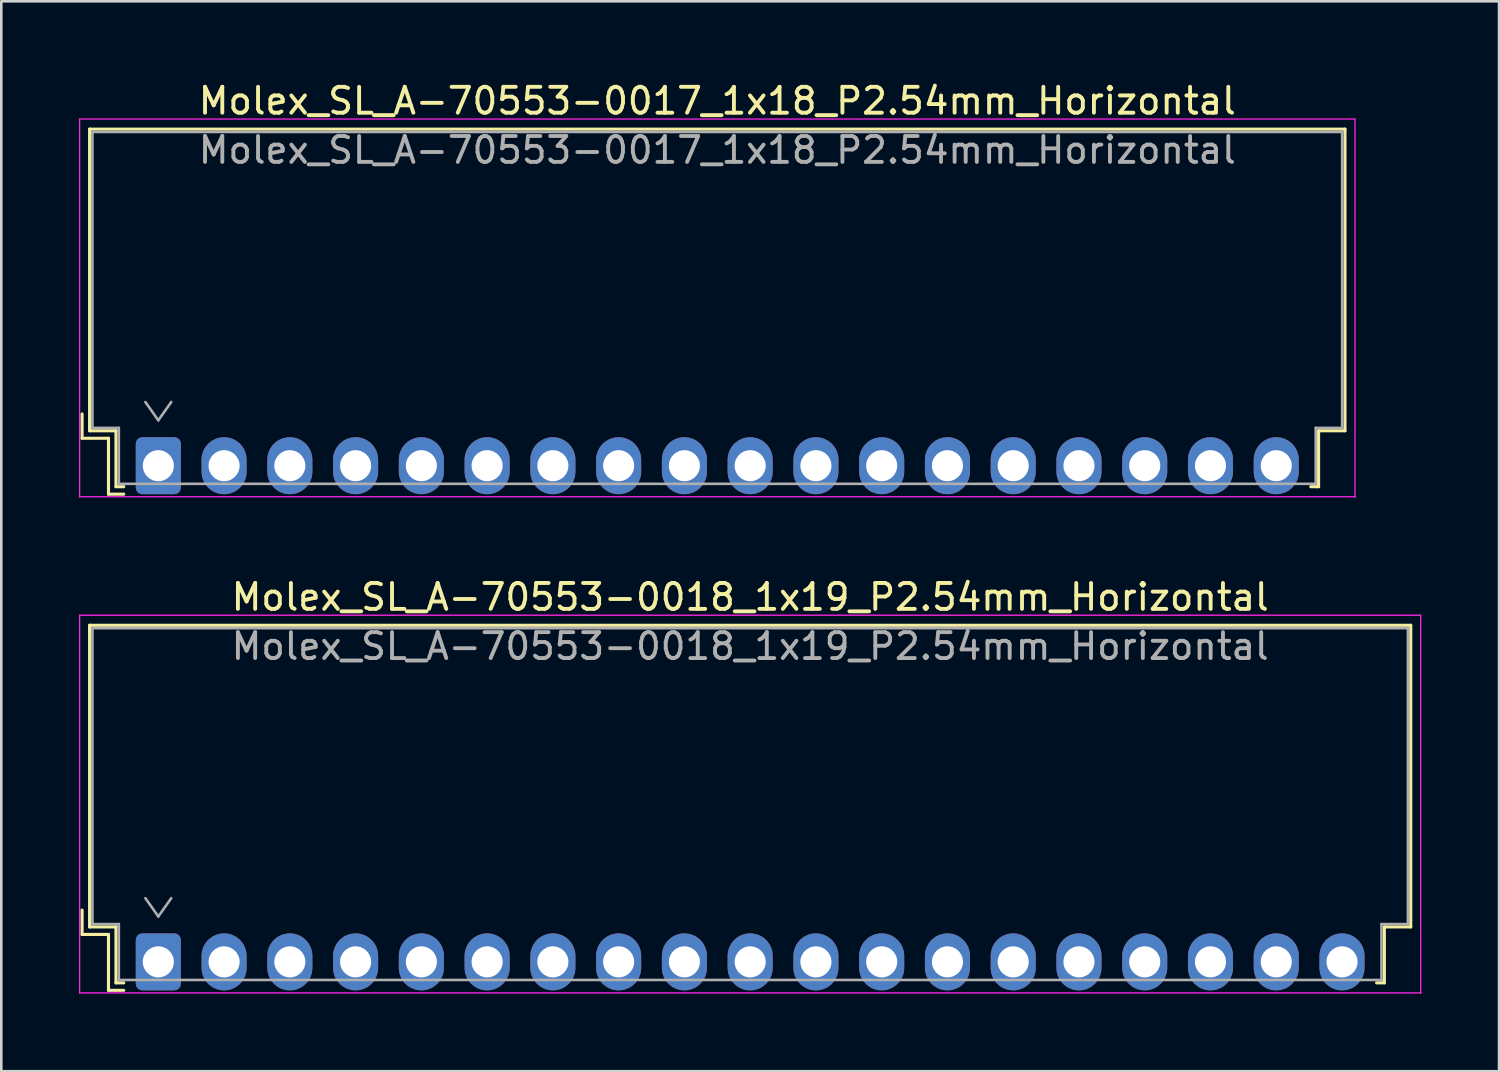
<source format=kicad_pcb>
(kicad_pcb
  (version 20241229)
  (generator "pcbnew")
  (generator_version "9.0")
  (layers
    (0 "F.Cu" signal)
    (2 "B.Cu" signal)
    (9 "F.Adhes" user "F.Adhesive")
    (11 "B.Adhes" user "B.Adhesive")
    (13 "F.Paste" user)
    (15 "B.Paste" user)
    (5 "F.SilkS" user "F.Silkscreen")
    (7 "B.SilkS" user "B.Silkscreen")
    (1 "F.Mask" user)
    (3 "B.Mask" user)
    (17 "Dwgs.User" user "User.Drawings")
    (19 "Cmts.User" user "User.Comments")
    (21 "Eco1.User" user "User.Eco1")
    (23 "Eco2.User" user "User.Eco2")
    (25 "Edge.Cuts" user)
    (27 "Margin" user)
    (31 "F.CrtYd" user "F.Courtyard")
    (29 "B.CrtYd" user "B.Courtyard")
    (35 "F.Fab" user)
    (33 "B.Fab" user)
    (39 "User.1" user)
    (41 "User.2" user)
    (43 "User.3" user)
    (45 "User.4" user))
  (footprint "Molex_SL_A-70553-0018_1x19_P2.54mm_Horizontal"
    (layer "F.Cu")
    (at 3.065 34.102)
    (property "Reference" "Molex_SL_A-70553-0018_1x19_P2.54mm_Horizontal" (at 22.86 -14.09 0) (layer "F.SilkS") (effects (font (size 1 1) (thickness 0.15))))
    (attr through_hole)
    (fp_line (start -2.945 -2) (end -2.945 -1.06) (stroke (width 0.12) (type solid)) (layer "F.SilkS"))
    (fp_line (start -2.945 -1.06) (end -1.925 -1.06) (stroke (width 0.12) (type solid)) (layer "F.SilkS"))
    (fp_line (start -2.655 -13) (end 48.375 -13) (stroke (width 0.12) (type solid)) (layer "F.SilkS"))
    (fp_line (start -2.655 -1.35) (end -2.655 -13) (stroke (width 0.12) (type solid)) (layer "F.SilkS"))
    (fp_line (start -2.655 -1.35) (end -1.635 -1.35) (stroke (width 0.12) (type solid)) (layer "F.SilkS"))
    (fp_line (start -1.925 -1.06) (end -1.925 1.1) (stroke (width 0.12) (type solid)) (layer "F.SilkS"))
    (fp_line (start -1.925 1.1) (end -1.335 1.1) (stroke (width 0.12) (type solid)) (layer "F.SilkS"))
    (fp_line (start -1.635 -1.35) (end -1.635 0.81) (stroke (width 0.12) (type solid)) (layer "F.SilkS"))
    (fp_line (start -1.635 0.81) (end -1.335 0.81) (stroke (width 0.12) (type solid)) (layer "F.SilkS"))
    (fp_line (start 47.355 -1.35) (end 47.355 0.81) (stroke (width 0.12) (type solid)) (layer "F.SilkS"))
    (fp_line (start 47.355 0.81) (end 47.055 0.81) (stroke (width 0.12) (type solid)) (layer "F.SilkS"))
    (fp_line (start 48.375 -13) (end 48.375 -1.35) (stroke (width 0.12) (type solid)) (layer "F.SilkS"))
    (fp_line (start 48.375 -1.35) (end 47.355 -1.35) (stroke (width 0.12) (type solid)) (layer "F.SilkS"))
    (fp_line (start -3.04 -13.39) (end -3.04 1.2) (stroke (width 0.05) (type solid)) (layer "F.CrtYd"))
    (fp_line (start -3.04 1.2) (end -3.04 1.2) (stroke (width 0.05) (type solid)) (layer "F.CrtYd"))
    (fp_line (start -3.04 1.2) (end -3.04 1.2) (stroke (width 0.05) (type solid)) (layer "F.CrtYd"))
    (fp_line (start -3.04 1.2) (end 48.76 1.2) (stroke (width 0.05) (type solid)) (layer "F.CrtYd"))
    (fp_line (start 48.76 -13.39) (end -3.04 -13.39) (stroke (width 0.05) (type solid)) (layer "F.CrtYd"))
    (fp_line (start 48.76 1.2) (end 48.76 -13.39) (stroke (width 0.05) (type solid)) (layer "F.CrtYd"))
    (fp_line (start 48.76 1.2) (end 48.76 1.2) (stroke (width 0.05) (type solid)) (layer "F.CrtYd"))
    (fp_line (start 48.76 1.2) (end 48.76 1.2) (stroke (width 0.05) (type solid)) (layer "F.CrtYd"))
    (fp_line (start -2.545 -12.89) (end -2.545 -1.46) (stroke (width 0.1) (type solid)) (layer "F.Fab"))
    (fp_line (start -2.545 -1.46) (end -1.525 -1.46) (stroke (width 0.1) (type solid)) (layer "F.Fab"))
    (fp_line (start -1.525 -1.46) (end -1.525 0.7) (stroke (width 0.1) (type solid)) (layer "F.Fab"))
    (fp_line (start -1.525 0.7) (end 47.245 0.7) (stroke (width 0.1) (type solid)) (layer "F.Fab"))
    (fp_line (start -0.5 -2.46) (end 0 -1.753) (stroke (width 0.1) (type solid)) (layer "F.Fab"))
    (fp_line (start 0 -1.753) (end 0.5 -2.46) (stroke (width 0.1) (type solid)) (layer "F.Fab"))
    (fp_line (start 47.245 -1.46) (end 48.265 -1.46) (stroke (width 0.1) (type solid)) (layer "F.Fab"))
    (fp_line (start 47.245 0.7) (end 47.245 -1.46) (stroke (width 0.1) (type solid)) (layer "F.Fab"))
    (fp_line (start 48.265 -12.89) (end -2.545 -12.89) (stroke (width 0.1) (type solid)) (layer "F.Fab"))
    (fp_line (start 48.265 -1.46) (end 48.265 -12.89) (stroke (width 0.1) (type solid)) (layer "F.Fab"))
    (fp_text user "${REFERENCE}" (at 22.86 -12.19 0) (layer "F.Fab") (effects (font (size 1 1) (thickness 0.15))))
    (pad "1" thru_hole roundrect (at 0 0) (size 1.74 2.2) (drill 1.2) (layers "*.Cu" "*.Mask") (roundrect_rratio 0.144))
    (pad "2" thru_hole oval (at 2.54 0) (size 1.74 2.2) (drill 1.2) (layers "*.Cu" "*.Mask"))
    (pad "3" thru_hole oval (at 5.08 0) (size 1.74 2.2) (drill 1.2) (layers "*.Cu" "*.Mask"))
    (pad "4" thru_hole oval (at 7.62 0) (size 1.74 2.2) (drill 1.2) (layers "*.Cu" "*.Mask"))
    (pad "5" thru_hole oval (at 10.16 0) (size 1.74 2.2) (drill 1.2) (layers "*.Cu" "*.Mask"))
    (pad "6" thru_hole oval (at 12.7 0) (size 1.74 2.2) (drill 1.2) (layers "*.Cu" "*.Mask"))
    (pad "7" thru_hole oval (at 15.24 0) (size 1.74 2.2) (drill 1.2) (layers "*.Cu" "*.Mask"))
    (pad "8" thru_hole oval (at 17.78 0) (size 1.74 2.2) (drill 1.2) (layers "*.Cu" "*.Mask"))
    (pad "9" thru_hole oval (at 20.32 0) (size 1.74 2.2) (drill 1.2) (layers "*.Cu" "*.Mask"))
    (pad "10" thru_hole oval (at 22.86 0) (size 1.74 2.2) (drill 1.2) (layers "*.Cu" "*.Mask"))
    (pad "11" thru_hole oval (at 25.4 0) (size 1.74 2.2) (drill 1.2) (layers "*.Cu" "*.Mask"))
    (pad "12" thru_hole oval (at 27.94 0) (size 1.74 2.2) (drill 1.2) (layers "*.Cu" "*.Mask"))
    (pad "13" thru_hole oval (at 30.48 0) (size 1.74 2.2) (drill 1.2) (layers "*.Cu" "*.Mask"))
    (pad "14" thru_hole oval (at 33.02 0) (size 1.74 2.2) (drill 1.2) (layers "*.Cu" "*.Mask"))
    (pad "15" thru_hole oval (at 35.56 0) (size 1.74 2.2) (drill 1.2) (layers "*.Cu" "*.Mask"))
    (pad "16" thru_hole oval (at 38.1 0) (size 1.74 2.2) (drill 1.2) (layers "*.Cu" "*.Mask"))
    (pad "17" thru_hole oval (at 40.64 0) (size 1.74 2.2) (drill 1.2) (layers "*.Cu" "*.Mask"))
    (pad "18" thru_hole oval (at 43.18 0) (size 1.74 2.2) (drill 1.2) (layers "*.Cu" "*.Mask"))
    (pad "19" thru_hole oval (at 45.72 0) (size 1.74 2.2) (drill 1.2) (layers "*.Cu" "*.Mask")))
  (footprint "Molex_SL_A-70553-0017_1x18_P2.54mm_Horizontal"
    (layer "F.Cu")
    (at 3.065 14.938)
    (property "Reference" "Molex_SL_A-70553-0017_1x18_P2.54mm_Horizontal" (at 21.59 -14.09 0) (layer "F.SilkS") (effects (font (size 1 1) (thickness 0.15))))
    (attr through_hole)
    (fp_line (start -2.945 -2) (end -2.945 -1.06) (stroke (width 0.12) (type solid)) (layer "F.SilkS"))
    (fp_line (start -2.945 -1.06) (end -1.925 -1.06) (stroke (width 0.12) (type solid)) (layer "F.SilkS"))
    (fp_line (start -2.655 -13) (end 45.835 -13) (stroke (width 0.12) (type solid)) (layer "F.SilkS"))
    (fp_line (start -2.655 -1.35) (end -2.655 -13) (stroke (width 0.12) (type solid)) (layer "F.SilkS"))
    (fp_line (start -2.655 -1.35) (end -1.635 -1.35) (stroke (width 0.12) (type solid)) (layer "F.SilkS"))
    (fp_line (start -1.925 -1.06) (end -1.925 1.1) (stroke (width 0.12) (type solid)) (layer "F.SilkS"))
    (fp_line (start -1.925 1.1) (end -1.335 1.1) (stroke (width 0.12) (type solid)) (layer "F.SilkS"))
    (fp_line (start -1.635 -1.35) (end -1.635 0.81) (stroke (width 0.12) (type solid)) (layer "F.SilkS"))
    (fp_line (start -1.635 0.81) (end -1.335 0.81) (stroke (width 0.12) (type solid)) (layer "F.SilkS"))
    (fp_line (start 44.815 -1.35) (end 44.815 0.81) (stroke (width 0.12) (type solid)) (layer "F.SilkS"))
    (fp_line (start 44.815 0.81) (end 44.515 0.81) (stroke (width 0.12) (type solid)) (layer "F.SilkS"))
    (fp_line (start 45.835 -13) (end 45.835 -1.35) (stroke (width 0.12) (type solid)) (layer "F.SilkS"))
    (fp_line (start 45.835 -1.35) (end 44.815 -1.35) (stroke (width 0.12) (type solid)) (layer "F.SilkS"))
    (fp_line (start -3.04 -13.39) (end -3.04 1.2) (stroke (width 0.05) (type solid)) (layer "F.CrtYd"))
    (fp_line (start -3.04 1.2) (end -3.04 1.2) (stroke (width 0.05) (type solid)) (layer "F.CrtYd"))
    (fp_line (start -3.04 1.2) (end -3.04 1.2) (stroke (width 0.05) (type solid)) (layer "F.CrtYd"))
    (fp_line (start -3.04 1.2) (end 46.22 1.2) (stroke (width 0.05) (type solid)) (layer "F.CrtYd"))
    (fp_line (start 46.22 -13.39) (end -3.04 -13.39) (stroke (width 0.05) (type solid)) (layer "F.CrtYd"))
    (fp_line (start 46.22 1.2) (end 46.22 -13.39) (stroke (width 0.05) (type solid)) (layer "F.CrtYd"))
    (fp_line (start 46.22 1.2) (end 46.22 1.2) (stroke (width 0.05) (type solid)) (layer "F.CrtYd"))
    (fp_line (start 46.22 1.2) (end 46.22 1.2) (stroke (width 0.05) (type solid)) (layer "F.CrtYd"))
    (fp_line (start -2.545 -12.89) (end -2.545 -1.46) (stroke (width 0.1) (type solid)) (layer "F.Fab"))
    (fp_line (start -2.545 -1.46) (end -1.525 -1.46) (stroke (width 0.1) (type solid)) (layer "F.Fab"))
    (fp_line (start -1.525 -1.46) (end -1.525 0.7) (stroke (width 0.1) (type solid)) (layer "F.Fab"))
    (fp_line (start -1.525 0.7) (end 44.705 0.7) (stroke (width 0.1) (type solid)) (layer "F.Fab"))
    (fp_line (start -0.5 -2.46) (end 0 -1.753) (stroke (width 0.1) (type solid)) (layer "F.Fab"))
    (fp_line (start 0 -1.753) (end 0.5 -2.46) (stroke (width 0.1) (type solid)) (layer "F.Fab"))
    (fp_line (start 44.705 -1.46) (end 45.725 -1.46) (stroke (width 0.1) (type solid)) (layer "F.Fab"))
    (fp_line (start 44.705 0.7) (end 44.705 -1.46) (stroke (width 0.1) (type solid)) (layer "F.Fab"))
    (fp_line (start 45.725 -12.89) (end -2.545 -12.89) (stroke (width 0.1) (type solid)) (layer "F.Fab"))
    (fp_line (start 45.725 -1.46) (end 45.725 -12.89) (stroke (width 0.1) (type solid)) (layer "F.Fab"))
    (fp_text user "${REFERENCE}" (at 21.59 -12.19 0) (layer "F.Fab") (effects (font (size 1 1) (thickness 0.15))))
    (pad "1" thru_hole roundrect (at 0 0) (size 1.74 2.2) (drill 1.2) (layers "*.Cu" "*.Mask") (roundrect_rratio 0.144))
    (pad "2" thru_hole oval (at 2.54 0) (size 1.74 2.2) (drill 1.2) (layers "*.Cu" "*.Mask"))
    (pad "3" thru_hole oval (at 5.08 0) (size 1.74 2.2) (drill 1.2) (layers "*.Cu" "*.Mask"))
    (pad "4" thru_hole oval (at 7.62 0) (size 1.74 2.2) (drill 1.2) (layers "*.Cu" "*.Mask"))
    (pad "5" thru_hole oval (at 10.16 0) (size 1.74 2.2) (drill 1.2) (layers "*.Cu" "*.Mask"))
    (pad "6" thru_hole oval (at 12.7 0) (size 1.74 2.2) (drill 1.2) (layers "*.Cu" "*.Mask"))
    (pad "7" thru_hole oval (at 15.24 0) (size 1.74 2.2) (drill 1.2) (layers "*.Cu" "*.Mask"))
    (pad "8" thru_hole oval (at 17.78 0) (size 1.74 2.2) (drill 1.2) (layers "*.Cu" "*.Mask"))
    (pad "9" thru_hole oval (at 20.32 0) (size 1.74 2.2) (drill 1.2) (layers "*.Cu" "*.Mask"))
    (pad "10" thru_hole oval (at 22.86 0) (size 1.74 2.2) (drill 1.2) (layers "*.Cu" "*.Mask"))
    (pad "11" thru_hole oval (at 25.4 0) (size 1.74 2.2) (drill 1.2) (layers "*.Cu" "*.Mask"))
    (pad "12" thru_hole oval (at 27.94 0) (size 1.74 2.2) (drill 1.2) (layers "*.Cu" "*.Mask"))
    (pad "13" thru_hole oval (at 30.48 0) (size 1.74 2.2) (drill 1.2) (layers "*.Cu" "*.Mask"))
    (pad "14" thru_hole oval (at 33.02 0) (size 1.74 2.2) (drill 1.2) (layers "*.Cu" "*.Mask"))
    (pad "15" thru_hole oval (at 35.56 0) (size 1.74 2.2) (drill 1.2) (layers "*.Cu" "*.Mask"))
    (pad "16" thru_hole oval (at 38.1 0) (size 1.74 2.2) (drill 1.2) (layers "*.Cu" "*.Mask"))
    (pad "17" thru_hole oval (at 40.64 0) (size 1.74 2.2) (drill 1.2) (layers "*.Cu" "*.Mask"))
    (pad "18" thru_hole oval (at 43.18 0) (size 1.74 2.2) (drill 1.2) (layers "*.Cu" "*.Mask")))
  (gr_rect
    (start -3 -3)
    (end 54.85 38.327)
    (stroke (width 0.1) (type default))
    (fill no)
    (layer "Edge.Cuts")))
</source>
